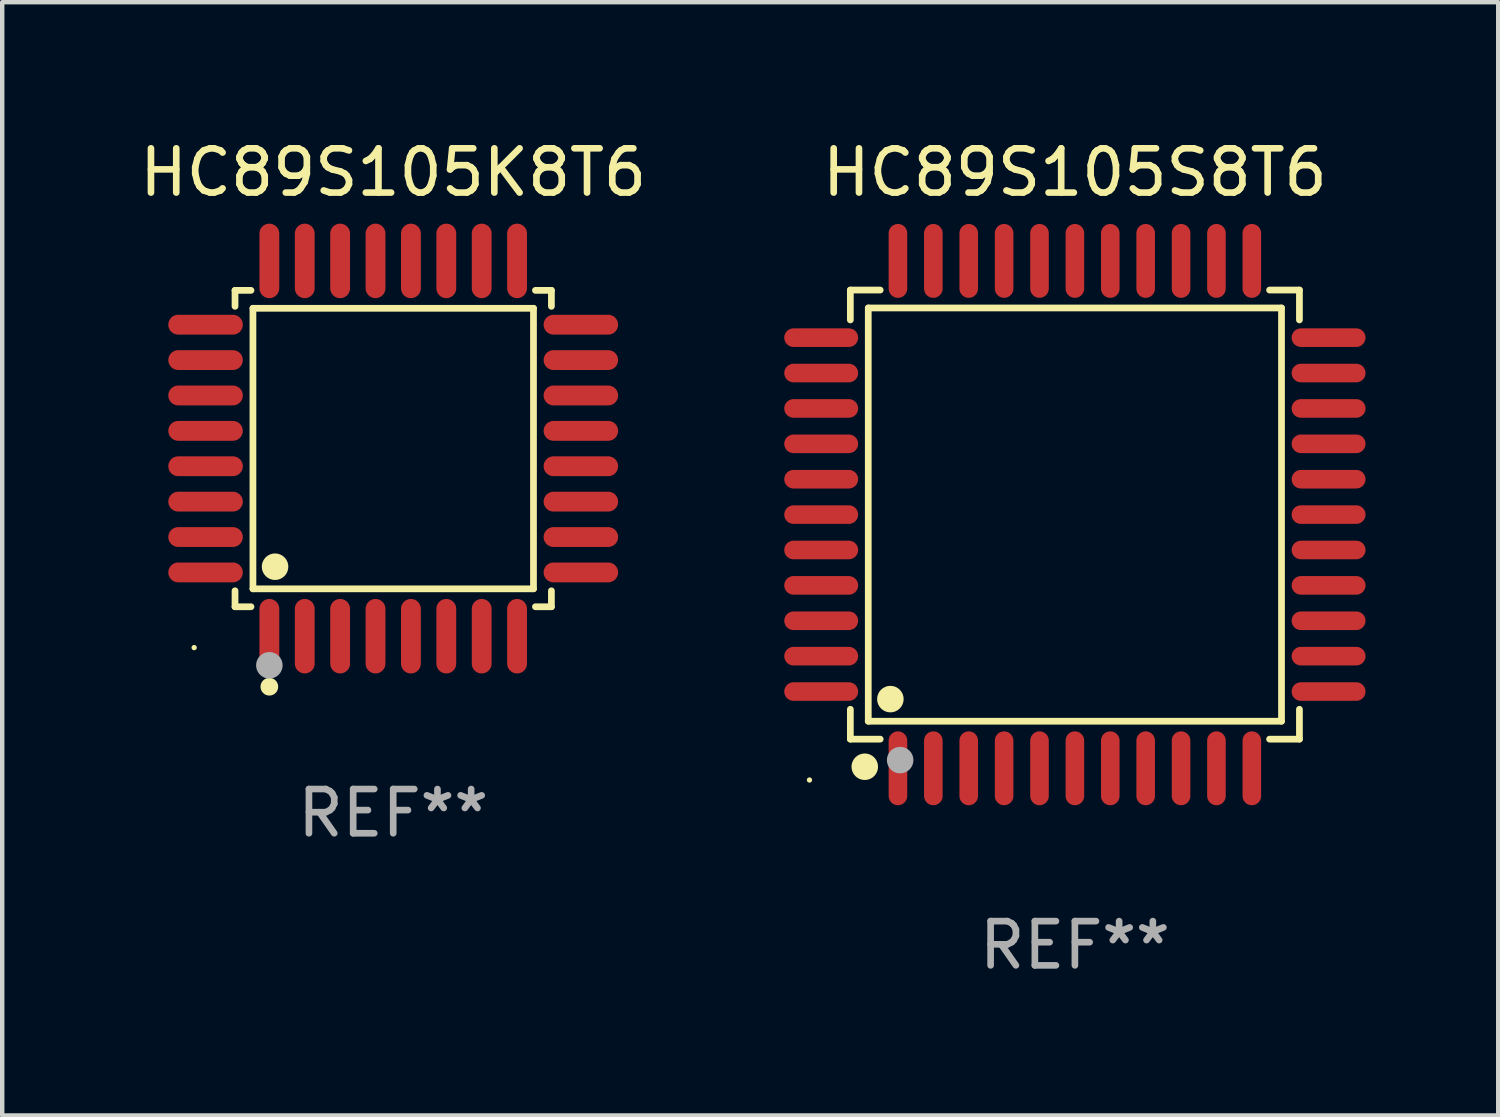
<source format=kicad_pcb>
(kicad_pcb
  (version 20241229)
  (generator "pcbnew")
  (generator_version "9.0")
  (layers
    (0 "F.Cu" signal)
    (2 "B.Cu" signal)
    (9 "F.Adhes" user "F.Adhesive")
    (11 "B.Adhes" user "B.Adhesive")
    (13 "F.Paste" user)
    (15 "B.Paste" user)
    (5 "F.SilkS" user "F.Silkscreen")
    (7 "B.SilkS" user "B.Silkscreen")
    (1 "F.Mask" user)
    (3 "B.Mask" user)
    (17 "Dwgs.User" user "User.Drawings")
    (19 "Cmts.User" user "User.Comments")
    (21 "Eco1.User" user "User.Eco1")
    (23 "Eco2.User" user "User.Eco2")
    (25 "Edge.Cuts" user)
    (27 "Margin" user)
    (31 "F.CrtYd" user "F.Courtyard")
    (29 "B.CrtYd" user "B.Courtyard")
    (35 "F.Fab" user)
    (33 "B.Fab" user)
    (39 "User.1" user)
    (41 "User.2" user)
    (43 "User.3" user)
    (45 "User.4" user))
  (footprint "HC89S105S8T6"
    (layer "F.Cu")
    (at 21.249 8.583)
    (property "Reference" "HC89S105S8T6" (at 0 -7.735 0) (layer "F.SilkS") (effects (font (size 1 1) (thickness 0.15))))
    (attr through_hole)
    (fp_line (start -5.076 -5.076) (end -4.401 -5.076) (stroke (width 0.152) (type solid)) (layer "F.SilkS"))
    (fp_line (start -5.076 -4.401) (end -5.076 -5.076) (stroke (width 0.152) (type solid)) (layer "F.SilkS"))
    (fp_line (start -5.076 4.401) (end -5.076 5.076) (stroke (width 0.152) (type solid)) (layer "F.SilkS"))
    (fp_line (start -5.076 5.076) (end -4.401 5.076) (stroke (width 0.152) (type solid)) (layer "F.SilkS"))
    (fp_line (start -4.671 -4.671) (end 4.671 -4.671) (stroke (width 0.152) (type solid)) (layer "F.SilkS"))
    (fp_line (start -4.671 4.671) (end -4.671 -4.671) (stroke (width 0.152) (type solid)) (layer "F.SilkS"))
    (fp_line (start 4.671 -4.671) (end 4.671 4.671) (stroke (width 0.152) (type solid)) (layer "F.SilkS"))
    (fp_line (start 4.671 4.671) (end -4.671 4.671) (stroke (width 0.152) (type solid)) (layer "F.SilkS"))
    (fp_line (start 5.076 -5.076) (end 4.401 -5.076) (stroke (width 0.152) (type solid)) (layer "F.SilkS"))
    (fp_line (start 5.076 -4.401) (end 5.076 -5.076) (stroke (width 0.152) (type solid)) (layer "F.SilkS"))
    (fp_line (start 5.076 4.401) (end 5.076 5.076) (stroke (width 0.152) (type solid)) (layer "F.SilkS"))
    (fp_line (start 5.076 5.076) (end 4.401 5.076) (stroke (width 0.152) (type solid)) (layer "F.SilkS"))
    (fp_circle (center -6 6) (end -5.97 6) (stroke (width 0.06) (type solid)) (fill no) (layer "F.SilkS"))
    (fp_circle (center -4.75 5.7) (end -4.6 5.7) (stroke (width 0.3) (type solid)) (fill no) (layer "F.SilkS"))
    (fp_circle (center -4.171 4.171) (end -4.021 4.171) (stroke (width 0.3) (type solid)) (fill no) (layer "F.SilkS"))
    (fp_circle (center -3.95 5.55) (end -3.8 5.55) (stroke (width 0.3) (type solid)) (fill no) (layer "F.Fab"))
    (fp_text user "REF**" (at 0 9.735 0) (layer "F.Fab") (effects (font (size 1 1) (thickness 0.15))))
    (pad "1" smd oval (at -4 5.735) (size 0.42 1.67) (layers "F.Cu" "F.Mask" "F.Paste"))
    (pad "2" smd oval (at -3.2 5.735) (size 0.42 1.67) (layers "F.Cu" "F.Mask" "F.Paste"))
    (pad "3" smd oval (at -2.4 5.735) (size 0.42 1.67) (layers "F.Cu" "F.Mask" "F.Paste"))
    (pad "4" smd oval (at -1.6 5.735) (size 0.42 1.67) (layers "F.Cu" "F.Mask" "F.Paste"))
    (pad "5" smd oval (at -0.8 5.735) (size 0.42 1.67) (layers "F.Cu" "F.Mask" "F.Paste"))
    (pad "6" smd oval (at 0 5.735) (size 0.42 1.67) (layers "F.Cu" "F.Mask" "F.Paste"))
    (pad "7" smd oval (at 0.8 5.735) (size 0.42 1.67) (layers "F.Cu" "F.Mask" "F.Paste"))
    (pad "8" smd oval (at 1.6 5.735) (size 0.42 1.67) (layers "F.Cu" "F.Mask" "F.Paste"))
    (pad "9" smd oval (at 2.4 5.735) (size 0.42 1.67) (layers "F.Cu" "F.Mask" "F.Paste"))
    (pad "10" smd oval (at 3.2 5.735) (size 0.42 1.67) (layers "F.Cu" "F.Mask" "F.Paste"))
    (pad "11" smd oval (at 4 5.735) (size 0.42 1.67) (layers "F.Cu" "F.Mask" "F.Paste"))
    (pad "12" smd oval (at 5.735 4) (size 1.67 0.42) (layers "F.Cu" "F.Mask" "F.Paste"))
    (pad "13" smd oval (at 5.735 3.2) (size 1.67 0.42) (layers "F.Cu" "F.Mask" "F.Paste"))
    (pad "14" smd oval (at 5.735 2.4) (size 1.67 0.42) (layers "F.Cu" "F.Mask" "F.Paste"))
    (pad "15" smd oval (at 5.735 1.6) (size 1.67 0.42) (layers "F.Cu" "F.Mask" "F.Paste"))
    (pad "16" smd oval (at 5.735 0.8) (size 1.67 0.42) (layers "F.Cu" "F.Mask" "F.Paste"))
    (pad "17" smd oval (at 5.735 0) (size 1.67 0.42) (layers "F.Cu" "F.Mask" "F.Paste"))
    (pad "18" smd oval (at 5.735 -0.8) (size 1.67 0.42) (layers "F.Cu" "F.Mask" "F.Paste"))
    (pad "19" smd oval (at 5.735 -1.6) (size 1.67 0.42) (layers "F.Cu" "F.Mask" "F.Paste"))
    (pad "20" smd oval (at 5.735 -2.4) (size 1.67 0.42) (layers "F.Cu" "F.Mask" "F.Paste"))
    (pad "21" smd oval (at 5.735 -3.2) (size 1.67 0.42) (layers "F.Cu" "F.Mask" "F.Paste"))
    (pad "22" smd oval (at 5.735 -4) (size 1.67 0.42) (layers "F.Cu" "F.Mask" "F.Paste"))
    (pad "23" smd oval (at 4 -5.735) (size 0.42 1.67) (layers "F.Cu" "F.Mask" "F.Paste"))
    (pad "24" smd oval (at 3.2 -5.735) (size 0.42 1.67) (layers "F.Cu" "F.Mask" "F.Paste"))
    (pad "25" smd oval (at 2.4 -5.735) (size 0.42 1.67) (layers "F.Cu" "F.Mask" "F.Paste"))
    (pad "26" smd oval (at 1.6 -5.735) (size 0.42 1.67) (layers "F.Cu" "F.Mask" "F.Paste"))
    (pad "27" smd oval (at 0.8 -5.735) (size 0.42 1.67) (layers "F.Cu" "F.Mask" "F.Paste"))
    (pad "28" smd oval (at 0 -5.735) (size 0.42 1.67) (layers "F.Cu" "F.Mask" "F.Paste"))
    (pad "29" smd oval (at -0.8 -5.735) (size 0.42 1.67) (layers "F.Cu" "F.Mask" "F.Paste"))
    (pad "30" smd oval (at -1.6 -5.735) (size 0.42 1.67) (layers "F.Cu" "F.Mask" "F.Paste"))
    (pad "31" smd oval (at -2.4 -5.735) (size 0.42 1.67) (layers "F.Cu" "F.Mask" "F.Paste"))
    (pad "32" smd oval (at -3.2 -5.735) (size 0.42 1.67) (layers "F.Cu" "F.Mask" "F.Paste"))
    (pad "33" smd oval (at -4 -5.735) (size 0.42 1.67) (layers "F.Cu" "F.Mask" "F.Paste"))
    (pad "34" smd oval (at -5.735 -4) (size 1.67 0.42) (layers "F.Cu" "F.Mask" "F.Paste"))
    (pad "35" smd oval (at -5.735 -3.2) (size 1.67 0.42) (layers "F.Cu" "F.Mask" "F.Paste"))
    (pad "36" smd oval (at -5.735 -2.4) (size 1.67 0.42) (layers "F.Cu" "F.Mask" "F.Paste"))
    (pad "37" smd oval (at -5.735 -1.6) (size 1.67 0.42) (layers "F.Cu" "F.Mask" "F.Paste"))
    (pad "38" smd oval (at -5.735 -0.8) (size 1.67 0.42) (layers "F.Cu" "F.Mask" "F.Paste"))
    (pad "39" smd oval (at -5.735 0) (size 1.67 0.42) (layers "F.Cu" "F.Mask" "F.Paste"))
    (pad "40" smd oval (at -5.735 0.8) (size 1.67 0.42) (layers "F.Cu" "F.Mask" "F.Paste"))
    (pad "41" smd oval (at -5.735 1.6) (size 1.67 0.42) (layers "F.Cu" "F.Mask" "F.Paste"))
    (pad "42" smd oval (at -5.735 2.4) (size 1.67 0.42) (layers "F.Cu" "F.Mask" "F.Paste"))
    (pad "43" smd oval (at -5.735 3.2) (size 1.67 0.42) (layers "F.Cu" "F.Mask" "F.Paste"))
    (pad "44" smd oval (at -5.735 4) (size 1.67 0.42) (layers "F.Cu" "F.Mask" "F.Paste")))
  (footprint "HC89S105K8T6"
    (layer "F.Cu")
    (at 5.839 7.09)
    (property "Reference" "HC89S105K8T6" (at 0 -6.242 0) (layer "F.SilkS") (effects (font (size 1 1) (thickness 0.15))))
    (attr through_hole)
    (fp_line (start -3.576 -3.576) (end -3.215 -3.576) (stroke (width 0.152) (type solid)) (layer "F.SilkS"))
    (fp_line (start -3.576 -3.215) (end -3.576 -3.576) (stroke (width 0.152) (type solid)) (layer "F.SilkS"))
    (fp_line (start -3.576 3.215) (end -3.576 3.576) (stroke (width 0.152) (type solid)) (layer "F.SilkS"))
    (fp_line (start -3.576 3.576) (end -3.215 3.576) (stroke (width 0.152) (type solid)) (layer "F.SilkS"))
    (fp_line (start -3.171 -3.171) (end 3.171 -3.171) (stroke (width 0.152) (type solid)) (layer "F.SilkS"))
    (fp_line (start -3.171 3.171) (end -3.171 -3.171) (stroke (width 0.152) (type solid)) (layer "F.SilkS"))
    (fp_line (start 3.171 -3.171) (end 3.171 3.171) (stroke (width 0.152) (type solid)) (layer "F.SilkS"))
    (fp_line (start 3.171 3.171) (end -3.171 3.171) (stroke (width 0.152) (type solid)) (layer "F.SilkS"))
    (fp_line (start 3.576 -3.576) (end 3.215 -3.576) (stroke (width 0.152) (type solid)) (layer "F.SilkS"))
    (fp_line (start 3.576 -3.215) (end 3.576 -3.576) (stroke (width 0.152) (type solid)) (layer "F.SilkS"))
    (fp_line (start 3.576 3.215) (end 3.576 3.576) (stroke (width 0.152) (type solid)) (layer "F.SilkS"))
    (fp_line (start 3.576 3.576) (end 3.215 3.576) (stroke (width 0.152) (type solid)) (layer "F.SilkS"))
    (fp_circle (center -4.5 4.5) (end -4.47 4.5) (stroke (width 0.06) (type solid)) (fill no) (layer "F.SilkS"))
    (fp_circle (center -2.8 5.384) (end -2.7 5.384) (stroke (width 0.2) (type solid)) (fill no) (layer "F.SilkS"))
    (fp_circle (center -2.671 2.671) (end -2.521 2.671) (stroke (width 0.3) (type solid)) (fill no) (layer "F.SilkS"))
    (fp_circle (center -2.8 4.9) (end -2.65 4.9) (stroke (width 0.3) (type solid)) (fill no) (layer "F.Fab"))
    (fp_text user "REF**" (at 0 8.242 0) (layer "F.Fab") (effects (font (size 1 1) (thickness 0.15))))
    (pad "1" smd oval (at -2.8 4.242) (size 0.448 1.684) (layers "F.Cu" "F.Mask" "F.Paste"))
    (pad "2" smd oval (at -2 4.242) (size 0.448 1.684) (layers "F.Cu" "F.Mask" "F.Paste"))
    (pad "3" smd oval (at -1.2 4.242) (size 0.448 1.684) (layers "F.Cu" "F.Mask" "F.Paste"))
    (pad "4" smd oval (at -0.4 4.242) (size 0.448 1.684) (layers "F.Cu" "F.Mask" "F.Paste"))
    (pad "5" smd oval (at 0.4 4.242) (size 0.448 1.684) (layers "F.Cu" "F.Mask" "F.Paste"))
    (pad "6" smd oval (at 1.2 4.242) (size 0.448 1.684) (layers "F.Cu" "F.Mask" "F.Paste"))
    (pad "7" smd oval (at 2 4.242) (size 0.448 1.684) (layers "F.Cu" "F.Mask" "F.Paste"))
    (pad "8" smd oval (at 2.8 4.242) (size 0.448 1.684) (layers "F.Cu" "F.Mask" "F.Paste"))
    (pad "9" smd oval (at 4.242 2.8) (size 1.684 0.448) (layers "F.Cu" "F.Mask" "F.Paste"))
    (pad "10" smd oval (at 4.242 2) (size 1.684 0.448) (layers "F.Cu" "F.Mask" "F.Paste"))
    (pad "11" smd oval (at 4.242 1.2) (size 1.684 0.448) (layers "F.Cu" "F.Mask" "F.Paste"))
    (pad "12" smd oval (at 4.242 0.4) (size 1.684 0.448) (layers "F.Cu" "F.Mask" "F.Paste"))
    (pad "13" smd oval (at 4.242 -0.4) (size 1.684 0.448) (layers "F.Cu" "F.Mask" "F.Paste"))
    (pad "14" smd oval (at 4.242 -1.2) (size 1.684 0.448) (layers "F.Cu" "F.Mask" "F.Paste"))
    (pad "15" smd oval (at 4.242 -2) (size 1.684 0.448) (layers "F.Cu" "F.Mask" "F.Paste"))
    (pad "16" smd oval (at 4.242 -2.8) (size 1.684 0.448) (layers "F.Cu" "F.Mask" "F.Paste"))
    (pad "17" smd oval (at 2.8 -4.242) (size 0.448 1.684) (layers "F.Cu" "F.Mask" "F.Paste"))
    (pad "18" smd oval (at 2 -4.242) (size 0.448 1.684) (layers "F.Cu" "F.Mask" "F.Paste"))
    (pad "19" smd oval (at 1.2 -4.242) (size 0.448 1.684) (layers "F.Cu" "F.Mask" "F.Paste"))
    (pad "20" smd oval (at 0.4 -4.242) (size 0.448 1.684) (layers "F.Cu" "F.Mask" "F.Paste"))
    (pad "21" smd oval (at -0.4 -4.242) (size 0.448 1.684) (layers "F.Cu" "F.Mask" "F.Paste"))
    (pad "22" smd oval (at -1.2 -4.242) (size 0.448 1.684) (layers "F.Cu" "F.Mask" "F.Paste"))
    (pad "23" smd oval (at -2 -4.242) (size 0.448 1.684) (layers "F.Cu" "F.Mask" "F.Paste"))
    (pad "24" smd oval (at -2.8 -4.242) (size 0.448 1.684) (layers "F.Cu" "F.Mask" "F.Paste"))
    (pad "25" smd oval (at -4.242 -2.8) (size 1.684 0.448) (layers "F.Cu" "F.Mask" "F.Paste"))
    (pad "26" smd oval (at -4.242 -2) (size 1.684 0.448) (layers "F.Cu" "F.Mask" "F.Paste"))
    (pad "27" smd oval (at -4.242 -1.2) (size 1.684 0.448) (layers "F.Cu" "F.Mask" "F.Paste"))
    (pad "28" smd oval (at -4.242 -0.4) (size 1.684 0.448) (layers "F.Cu" "F.Mask" "F.Paste"))
    (pad "29" smd oval (at -4.242 0.4) (size 1.684 0.448) (layers "F.Cu" "F.Mask" "F.Paste"))
    (pad "30" smd oval (at -4.242 1.2) (size 1.684 0.448) (layers "F.Cu" "F.Mask" "F.Paste"))
    (pad "31" smd oval (at -4.242 2) (size 1.684 0.448) (layers "F.Cu" "F.Mask" "F.Paste"))
    (pad "32" smd oval (at -4.242 2.8) (size 1.684 0.448) (layers "F.Cu" "F.Mask" "F.Paste")))
  (gr_rect
    (start -3 -3)
    (end 30.819 22.167)
    (stroke (width 0.1) (type default))
    (fill no)
    (layer "Edge.Cuts")))
</source>
